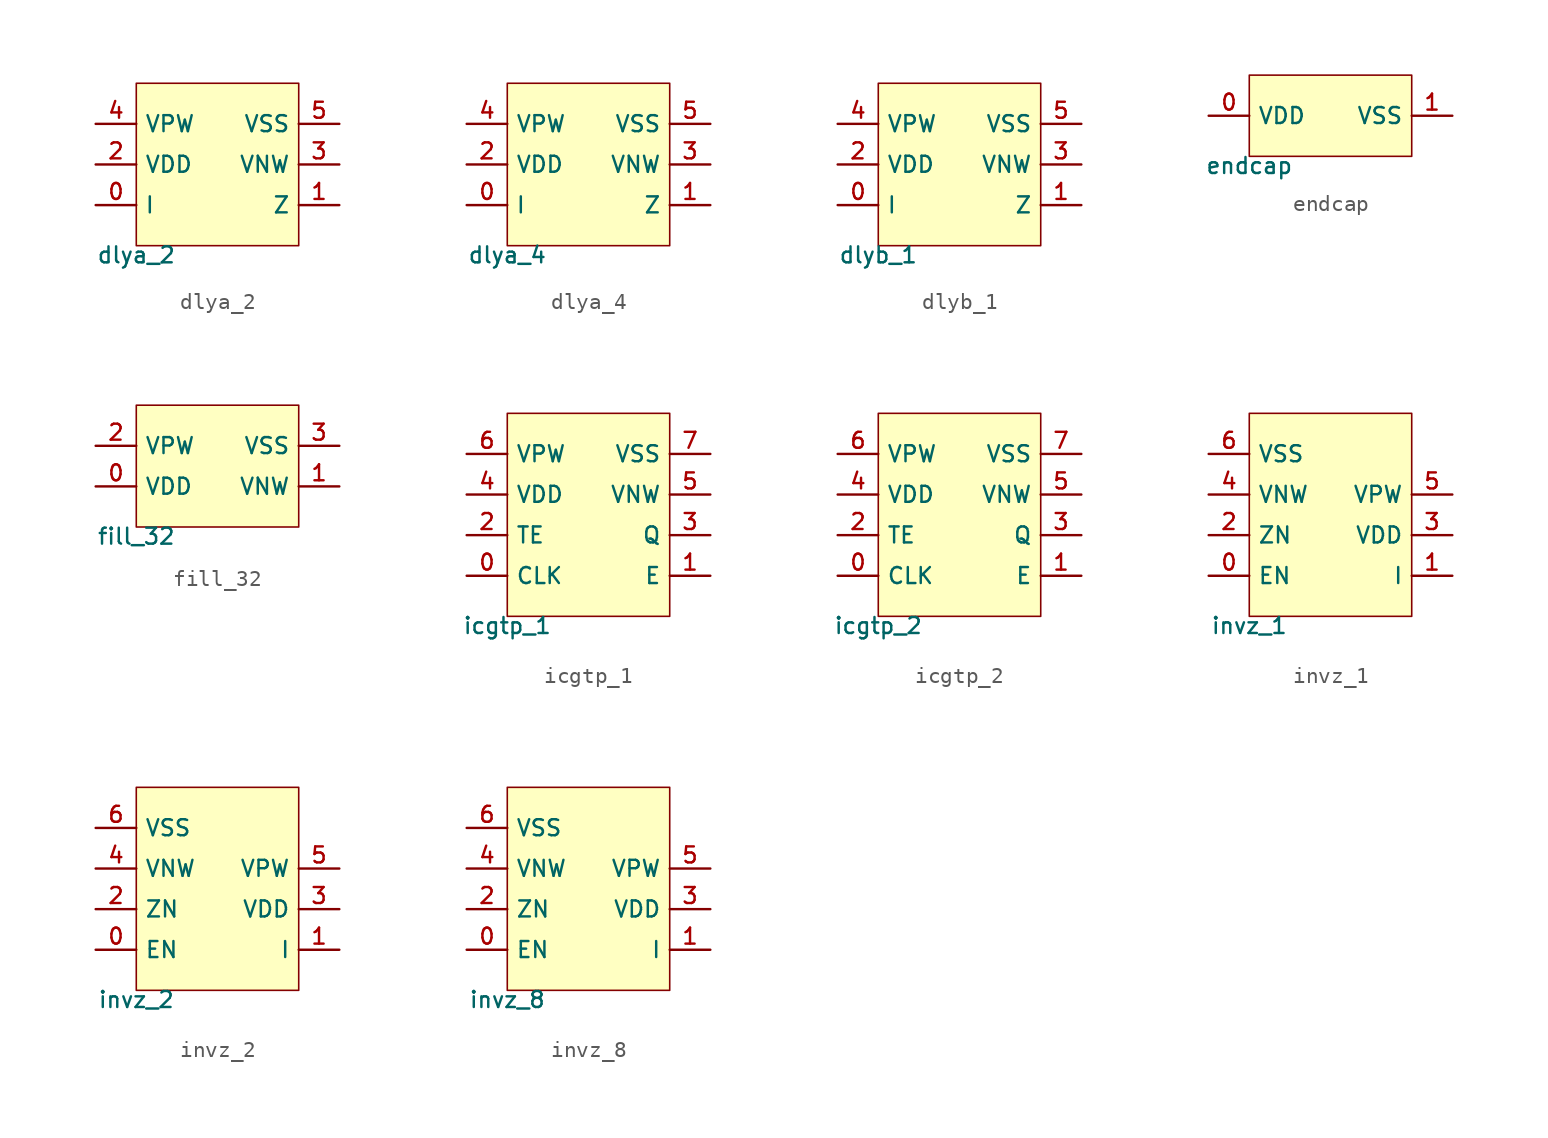
<source format=kicad_sym>
(kicad_symbol_lib
  (version 20211014)
  (generator pdk2kicad)
  (symbol "dlya_2"
    (property "Reference" "X"
      (at 0 0 0)
      (effects (font (size 1 1)) hide))
    (property "Value" "dlya_2"
      (at -5.08 -5.08 0)
      (effects (font (size 1 1)) (justify top)))
    (rectangle
      (start -5.08 -5.08)
      (end 5.08 5.08)
      (stroke (width 0.1) (type solid) (color 0 0 0 0))
      (fill (type background)))
    (pin bidirectional line
      (at -7.62 -2.54 0)
      (length 2.54)
      (name "I" (effects (font (size 1 1)) hide))
      (number "0" (effects (font (size 1 1)) hide)))
    (pin bidirectional line
      (at 7.62 -2.54 180)
      (length 2.54)
      (name "Z" (effects (font (size 1 1)) hide))
      (number "1" (effects (font (size 1 1)) hide)))
    (pin bidirectional line
      (at -7.62 0.0 0)
      (length 2.54)
      (name "VDD" (effects (font (size 1 1)) hide))
      (number "2" (effects (font (size 1 1)) hide)))
    (pin bidirectional line
      (at 7.62 0.0 180)
      (length 2.54)
      (name "VNW" (effects (font (size 1 1)) hide))
      (number "3" (effects (font (size 1 1)) hide)))
    (pin bidirectional line
      (at -7.62 2.54 0)
      (length 2.54)
      (name "VPW" (effects (font (size 1 1)) hide))
      (number "4" (effects (font (size 1 1)) hide)))
    (pin bidirectional line
      (at 7.62 2.54 180)
      (length 2.54)
      (name "VSS" (effects (font (size 1 1)) hide))
      (number "5" (effects (font (size 1 1)) hide))))
  (symbol "dlya_4"
    (property "Reference" "X"
      (at 0 0 0)
      (effects (font (size 1 1)) hide))
    (property "Value" "dlya_4"
      (at -5.08 -5.08 0)
      (effects (font (size 1 1)) (justify top)))
    (rectangle
      (start -5.08 -5.08)
      (end 5.08 5.08)
      (stroke (width 0.1) (type solid) (color 0 0 0 0))
      (fill (type background)))
    (pin bidirectional line
      (at -7.62 -2.54 0)
      (length 2.54)
      (name "I" (effects (font (size 1 1)) hide))
      (number "0" (effects (font (size 1 1)) hide)))
    (pin bidirectional line
      (at 7.62 -2.54 180)
      (length 2.54)
      (name "Z" (effects (font (size 1 1)) hide))
      (number "1" (effects (font (size 1 1)) hide)))
    (pin bidirectional line
      (at -7.62 0.0 0)
      (length 2.54)
      (name "VDD" (effects (font (size 1 1)) hide))
      (number "2" (effects (font (size 1 1)) hide)))
    (pin bidirectional line
      (at 7.62 0.0 180)
      (length 2.54)
      (name "VNW" (effects (font (size 1 1)) hide))
      (number "3" (effects (font (size 1 1)) hide)))
    (pin bidirectional line
      (at -7.62 2.54 0)
      (length 2.54)
      (name "VPW" (effects (font (size 1 1)) hide))
      (number "4" (effects (font (size 1 1)) hide)))
    (pin bidirectional line
      (at 7.62 2.54 180)
      (length 2.54)
      (name "VSS" (effects (font (size 1 1)) hide))
      (number "5" (effects (font (size 1 1)) hide))))
  (symbol "dlyb_1"
    (property "Reference" "X"
      (at 0 0 0)
      (effects (font (size 1 1)) hide))
    (property "Value" "dlyb_1"
      (at -5.08 -5.08 0)
      (effects (font (size 1 1)) (justify top)))
    (rectangle
      (start -5.08 -5.08)
      (end 5.08 5.08)
      (stroke (width 0.1) (type solid) (color 0 0 0 0))
      (fill (type background)))
    (pin bidirectional line
      (at -7.62 -2.54 0)
      (length 2.54)
      (name "I" (effects (font (size 1 1)) hide))
      (number "0" (effects (font (size 1 1)) hide)))
    (pin bidirectional line
      (at 7.62 -2.54 180)
      (length 2.54)
      (name "Z" (effects (font (size 1 1)) hide))
      (number "1" (effects (font (size 1 1)) hide)))
    (pin bidirectional line
      (at -7.62 0.0 0)
      (length 2.54)
      (name "VDD" (effects (font (size 1 1)) hide))
      (number "2" (effects (font (size 1 1)) hide)))
    (pin bidirectional line
      (at 7.62 0.0 180)
      (length 2.54)
      (name "VNW" (effects (font (size 1 1)) hide))
      (number "3" (effects (font (size 1 1)) hide)))
    (pin bidirectional line
      (at -7.62 2.54 0)
      (length 2.54)
      (name "VPW" (effects (font (size 1 1)) hide))
      (number "4" (effects (font (size 1 1)) hide)))
    (pin bidirectional line
      (at 7.62 2.54 180)
      (length 2.54)
      (name "VSS" (effects (font (size 1 1)) hide))
      (number "5" (effects (font (size 1 1)) hide))))
  (symbol "endcap"
    (property "Reference" "X"
      (at 0 0 0)
      (effects (font (size 1 1)) hide))
    (property "Value" "endcap"
      (at -5.08 -2.54 0)
      (effects (font (size 1 1)) (justify top)))
    (rectangle
      (start -5.08 -2.54)
      (end 5.08 2.54)
      (stroke (width 0.1) (type solid) (color 0 0 0 0))
      (fill (type background)))
    (pin bidirectional line
      (at -7.62 0.0 0)
      (length 2.54)
      (name "VDD" (effects (font (size 1 1)) hide))
      (number "0" (effects (font (size 1 1)) hide)))
    (pin bidirectional line
      (at 7.62 0.0 180)
      (length 2.54)
      (name "VSS" (effects (font (size 1 1)) hide))
      (number "1" (effects (font (size 1 1)) hide))))
  (symbol "fill_32"
    (property "Reference" "X"
      (at 0 0 0)
      (effects (font (size 1 1)) hide))
    (property "Value" "fill_32"
      (at -5.08 -3.81 0)
      (effects (font (size 1 1)) (justify top)))
    (rectangle
      (start -5.08 -3.81)
      (end 5.08 3.81)
      (stroke (width 0.1) (type solid) (color 0 0 0 0))
      (fill (type background)))
    (pin bidirectional line
      (at -7.62 -1.27 0)
      (length 2.54)
      (name "VDD" (effects (font (size 1 1)) hide))
      (number "0" (effects (font (size 1 1)) hide)))
    (pin bidirectional line
      (at 7.62 -1.27 180)
      (length 2.54)
      (name "VNW" (effects (font (size 1 1)) hide))
      (number "1" (effects (font (size 1 1)) hide)))
    (pin bidirectional line
      (at -7.62 1.27 0)
      (length 2.54)
      (name "VPW" (effects (font (size 1 1)) hide))
      (number "2" (effects (font (size 1 1)) hide)))
    (pin bidirectional line
      (at 7.62 1.27 180)
      (length 2.54)
      (name "VSS" (effects (font (size 1 1)) hide))
      (number "3" (effects (font (size 1 1)) hide))))
  (symbol "icgtp_1"
    (property "Reference" "X"
      (at 0 0 0)
      (effects (font (size 1 1)) hide))
    (property "Value" "icgtp_1"
      (at -5.08 -6.35 0)
      (effects (font (size 1 1)) (justify top)))
    (rectangle
      (start -5.08 -6.35)
      (end 5.08 6.35)
      (stroke (width 0.1) (type solid) (color 0 0 0 0))
      (fill (type background)))
    (pin bidirectional line
      (at -7.62 -3.81 0)
      (length 2.54)
      (name "CLK" (effects (font (size 1 1)) hide))
      (number "0" (effects (font (size 1 1)) hide)))
    (pin bidirectional line
      (at 7.62 -3.81 180)
      (length 2.54)
      (name "E" (effects (font (size 1 1)) hide))
      (number "1" (effects (font (size 1 1)) hide)))
    (pin bidirectional line
      (at -7.62 -1.27 0)
      (length 2.54)
      (name "TE" (effects (font (size 1 1)) hide))
      (number "2" (effects (font (size 1 1)) hide)))
    (pin bidirectional line
      (at 7.62 -1.27 180)
      (length 2.54)
      (name "Q" (effects (font (size 1 1)) hide))
      (number "3" (effects (font (size 1 1)) hide)))
    (pin bidirectional line
      (at -7.62 1.27 0)
      (length 2.54)
      (name "VDD" (effects (font (size 1 1)) hide))
      (number "4" (effects (font (size 1 1)) hide)))
    (pin bidirectional line
      (at 7.62 1.27 180)
      (length 2.54)
      (name "VNW" (effects (font (size 1 1)) hide))
      (number "5" (effects (font (size 1 1)) hide)))
    (pin bidirectional line
      (at -7.62 3.81 0)
      (length 2.54)
      (name "VPW" (effects (font (size 1 1)) hide))
      (number "6" (effects (font (size 1 1)) hide)))
    (pin bidirectional line
      (at 7.62 3.81 180)
      (length 2.54)
      (name "VSS" (effects (font (size 1 1)) hide))
      (number "7" (effects (font (size 1 1)) hide))))
  (symbol "icgtp_2"
    (property "Reference" "X"
      (at 0 0 0)
      (effects (font (size 1 1)) hide))
    (property "Value" "icgtp_2"
      (at -5.08 -6.35 0)
      (effects (font (size 1 1)) (justify top)))
    (rectangle
      (start -5.08 -6.35)
      (end 5.08 6.35)
      (stroke (width 0.1) (type solid) (color 0 0 0 0))
      (fill (type background)))
    (pin bidirectional line
      (at -7.62 -3.81 0)
      (length 2.54)
      (name "CLK" (effects (font (size 1 1)) hide))
      (number "0" (effects (font (size 1 1)) hide)))
    (pin bidirectional line
      (at 7.62 -3.81 180)
      (length 2.54)
      (name "E" (effects (font (size 1 1)) hide))
      (number "1" (effects (font (size 1 1)) hide)))
    (pin bidirectional line
      (at -7.62 -1.27 0)
      (length 2.54)
      (name "TE" (effects (font (size 1 1)) hide))
      (number "2" (effects (font (size 1 1)) hide)))
    (pin bidirectional line
      (at 7.62 -1.27 180)
      (length 2.54)
      (name "Q" (effects (font (size 1 1)) hide))
      (number "3" (effects (font (size 1 1)) hide)))
    (pin bidirectional line
      (at -7.62 1.27 0)
      (length 2.54)
      (name "VDD" (effects (font (size 1 1)) hide))
      (number "4" (effects (font (size 1 1)) hide)))
    (pin bidirectional line
      (at 7.62 1.27 180)
      (length 2.54)
      (name "VNW" (effects (font (size 1 1)) hide))
      (number "5" (effects (font (size 1 1)) hide)))
    (pin bidirectional line
      (at -7.62 3.81 0)
      (length 2.54)
      (name "VPW" (effects (font (size 1 1)) hide))
      (number "6" (effects (font (size 1 1)) hide)))
    (pin bidirectional line
      (at 7.62 3.81 180)
      (length 2.54)
      (name "VSS" (effects (font (size 1 1)) hide))
      (number "7" (effects (font (size 1 1)) hide))))
  (symbol "invz_1"
    (property "Reference" "X"
      (at 0 0 0)
      (effects (font (size 1 1)) hide))
    (property "Value" "invz_1"
      (at -5.08 -6.35 0)
      (effects (font (size 1 1)) (justify top)))
    (rectangle
      (start -5.08 -6.35)
      (end 5.08 6.35)
      (stroke (width 0.1) (type solid) (color 0 0 0 0))
      (fill (type background)))
    (pin bidirectional line
      (at -7.62 -3.81 0)
      (length 2.54)
      (name "EN" (effects (font (size 1 1)) hide))
      (number "0" (effects (font (size 1 1)) hide)))
    (pin bidirectional line
      (at 7.62 -3.81 180)
      (length 2.54)
      (name "I" (effects (font (size 1 1)) hide))
      (number "1" (effects (font (size 1 1)) hide)))
    (pin bidirectional line
      (at -7.62 -1.27 0)
      (length 2.54)
      (name "ZN" (effects (font (size 1 1)) hide))
      (number "2" (effects (font (size 1 1)) hide)))
    (pin bidirectional line
      (at 7.62 -1.27 180)
      (length 2.54)
      (name "VDD" (effects (font (size 1 1)) hide))
      (number "3" (effects (font (size 1 1)) hide)))
    (pin bidirectional line
      (at -7.62 1.27 0)
      (length 2.54)
      (name "VNW" (effects (font (size 1 1)) hide))
      (number "4" (effects (font (size 1 1)) hide)))
    (pin bidirectional line
      (at 7.62 1.27 180)
      (length 2.54)
      (name "VPW" (effects (font (size 1 1)) hide))
      (number "5" (effects (font (size 1 1)) hide)))
    (pin bidirectional line
      (at -7.62 3.81 0)
      (length 2.54)
      (name "VSS" (effects (font (size 1 1)) hide))
      (number "6" (effects (font (size 1 1)) hide))))
  (symbol "invz_2"
    (property "Reference" "X"
      (at 0 0 0)
      (effects (font (size 1 1)) hide))
    (property "Value" "invz_2"
      (at -5.08 -6.35 0)
      (effects (font (size 1 1)) (justify top)))
    (rectangle
      (start -5.08 -6.35)
      (end 5.08 6.35)
      (stroke (width 0.1) (type solid) (color 0 0 0 0))
      (fill (type background)))
    (pin bidirectional line
      (at -7.62 -3.81 0)
      (length 2.54)
      (name "EN" (effects (font (size 1 1)) hide))
      (number "0" (effects (font (size 1 1)) hide)))
    (pin bidirectional line
      (at 7.62 -3.81 180)
      (length 2.54)
      (name "I" (effects (font (size 1 1)) hide))
      (number "1" (effects (font (size 1 1)) hide)))
    (pin bidirectional line
      (at -7.62 -1.27 0)
      (length 2.54)
      (name "ZN" (effects (font (size 1 1)) hide))
      (number "2" (effects (font (size 1 1)) hide)))
    (pin bidirectional line
      (at 7.62 -1.27 180)
      (length 2.54)
      (name "VDD" (effects (font (size 1 1)) hide))
      (number "3" (effects (font (size 1 1)) hide)))
    (pin bidirectional line
      (at -7.62 1.27 0)
      (length 2.54)
      (name "VNW" (effects (font (size 1 1)) hide))
      (number "4" (effects (font (size 1 1)) hide)))
    (pin bidirectional line
      (at 7.62 1.27 180)
      (length 2.54)
      (name "VPW" (effects (font (size 1 1)) hide))
      (number "5" (effects (font (size 1 1)) hide)))
    (pin bidirectional line
      (at -7.62 3.81 0)
      (length 2.54)
      (name "VSS" (effects (font (size 1 1)) hide))
      (number "6" (effects (font (size 1 1)) hide))))
  (symbol "invz_8"
    (property "Reference" "X"
      (at 0 0 0)
      (effects (font (size 1 1)) hide))
    (property "Value" "invz_8"
      (at -5.08 -6.35 0)
      (effects (font (size 1 1)) (justify top)))
    (rectangle
      (start -5.08 -6.35)
      (end 5.08 6.35)
      (stroke (width 0.1) (type solid) (color 0 0 0 0))
      (fill (type background)))
    (pin bidirectional line
      (at -7.62 -3.81 0)
      (length 2.54)
      (name "EN" (effects (font (size 1 1)) hide))
      (number "0" (effects (font (size 1 1)) hide)))
    (pin bidirectional line
      (at 7.62 -3.81 180)
      (length 2.54)
      (name "I" (effects (font (size 1 1)) hide))
      (number "1" (effects (font (size 1 1)) hide)))
    (pin bidirectional line
      (at -7.62 -1.27 0)
      (length 2.54)
      (name "ZN" (effects (font (size 1 1)) hide))
      (number "2" (effects (font (size 1 1)) hide)))
    (pin bidirectional line
      (at 7.62 -1.27 180)
      (length 2.54)
      (name "VDD" (effects (font (size 1 1)) hide))
      (number "3" (effects (font (size 1 1)) hide)))
    (pin bidirectional line
      (at -7.62 1.27 0)
      (length 2.54)
      (name "VNW" (effects (font (size 1 1)) hide))
      (number "4" (effects (font (size 1 1)) hide)))
    (pin bidirectional line
      (at 7.62 1.27 180)
      (length 2.54)
      (name "VPW" (effects (font (size 1 1)) hide))
      (number "5" (effects (font (size 1 1)) hide)))
    (pin bidirectional line
      (at -7.62 3.81 0)
      (length 2.54)
      (name "VSS" (effects (font (size 1 1)) hide))
      (number "6" (effects (font (size 1 1)) hide)))))
</source>
